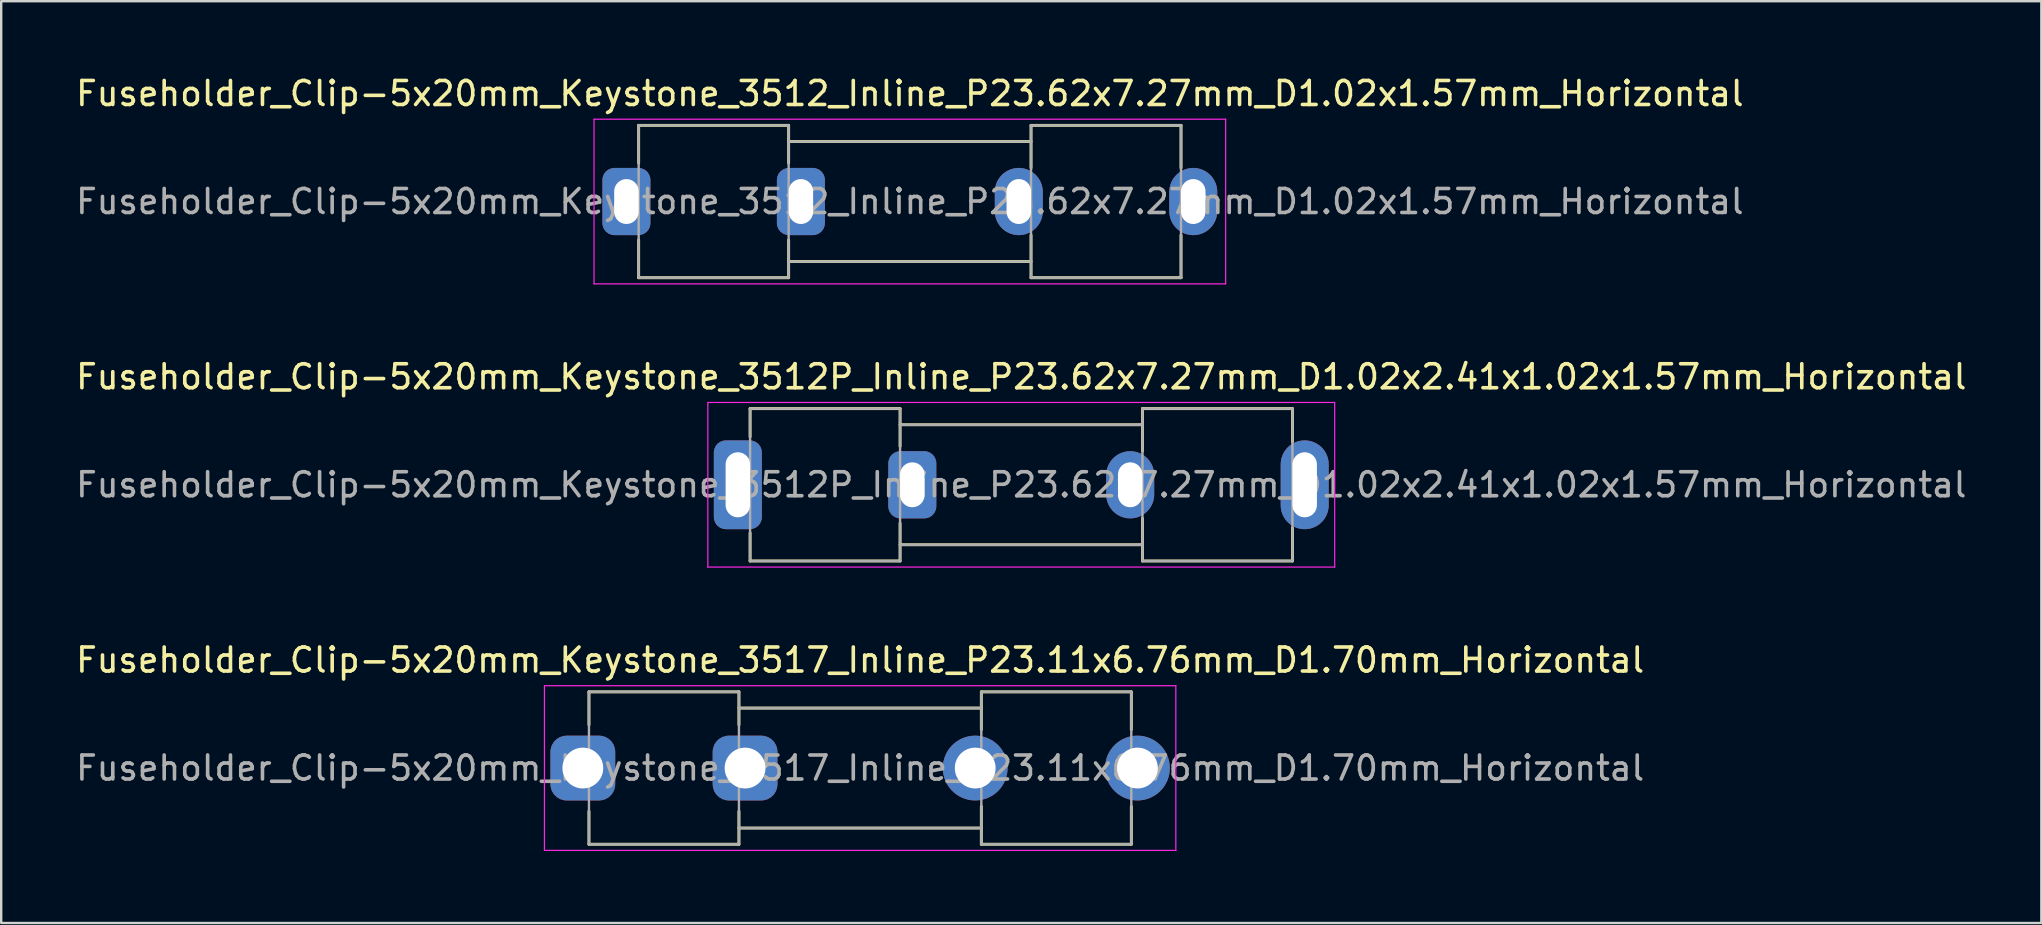
<source format=kicad_pcb>
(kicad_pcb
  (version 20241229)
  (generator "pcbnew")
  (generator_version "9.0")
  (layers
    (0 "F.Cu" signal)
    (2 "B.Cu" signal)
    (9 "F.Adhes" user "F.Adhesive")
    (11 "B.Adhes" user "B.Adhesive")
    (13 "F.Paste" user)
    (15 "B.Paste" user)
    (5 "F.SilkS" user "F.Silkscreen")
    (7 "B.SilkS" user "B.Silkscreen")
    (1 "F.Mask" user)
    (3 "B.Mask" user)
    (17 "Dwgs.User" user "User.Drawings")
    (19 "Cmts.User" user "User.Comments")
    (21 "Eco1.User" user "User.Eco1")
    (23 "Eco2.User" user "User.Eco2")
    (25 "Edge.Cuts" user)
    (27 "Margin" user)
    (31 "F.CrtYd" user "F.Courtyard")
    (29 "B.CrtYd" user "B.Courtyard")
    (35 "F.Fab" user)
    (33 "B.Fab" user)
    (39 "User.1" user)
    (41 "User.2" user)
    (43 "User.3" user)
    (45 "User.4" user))
  (footprint "Fuseholder_Clip-5x20mm_Keystone_3512P_Inline_P23.62x7.27mm_D1.02x2.41x1.02x1.57mm_Horizontal"
    (layer "F.Cu")
    (at 27.696 17.151)
    (property "Reference" "Fuseholder_Clip-5x20mm_Keystone_3512P_Inline_P23.62x7.27mm_D1.02x2.41x1.02x1.57mm_Horizontal" (at 11.81 -4.5 0) (layer "F.SilkS") (effects (font (size 1 1) (thickness 0.15))))
    (attr through_hole)
    (fp_line (start 0.51 -3.175) (end 0.51 -2) (stroke (width 0.12) (type solid)) (layer "F.SilkS"))
    (fp_line (start 0.51 3.175) (end 0.51 2) (stroke (width 0.12) (type solid)) (layer "F.SilkS"))
    (fp_line (start 6.76 -3.175) (end 0.51 -3.175) (stroke (width 0.12) (type solid)) (layer "F.SilkS"))
    (fp_line (start 6.76 -3.175) (end 6.76 -1.6) (stroke (width 0.12) (type solid)) (layer "F.SilkS"))
    (fp_line (start 6.76 3.175) (end 0.51 3.175) (stroke (width 0.12) (type solid)) (layer "F.SilkS"))
    (fp_line (start 6.76 3.175) (end 6.76 1.6) (stroke (width 0.12) (type solid)) (layer "F.SilkS"))
    (fp_line (start 16.86 -3.175) (end 16.86 -1.4) (stroke (width 0.12) (type solid)) (layer "F.SilkS"))
    (fp_line (start 16.86 -2.5) (end 6.76 -2.5) (stroke (width 0.12) (type solid)) (layer "F.SilkS"))
    (fp_line (start 16.86 2.5) (end 6.76 2.5) (stroke (width 0.12) (type solid)) (layer "F.SilkS"))
    (fp_line (start 16.86 3.175) (end 16.86 1.4) (stroke (width 0.12) (type solid)) (layer "F.SilkS"))
    (fp_line (start 16.86 3.175) (end 23.11 3.175) (stroke (width 0.12) (type solid)) (layer "F.SilkS"))
    (fp_line (start 23.11 -3.175) (end 16.86 -3.175) (stroke (width 0.12) (type solid)) (layer "F.SilkS"))
    (fp_line (start 23.11 -1.8) (end 23.11 -3.175) (stroke (width 0.12) (type solid)) (layer "F.SilkS"))
    (fp_line (start 23.11 1.8) (end 23.11 3.175) (stroke (width 0.12) (type solid)) (layer "F.SilkS"))
    (fp_line (start -1.25 -3.43) (end -1.25 3.43) (stroke (width 0.05) (type solid)) (layer "F.CrtYd"))
    (fp_line (start -1.25 -3.43) (end 24.87 -3.43) (stroke (width 0.05) (type solid)) (layer "F.CrtYd"))
    (fp_line (start 24.87 3.43) (end -1.25 3.43) (stroke (width 0.05) (type solid)) (layer "F.CrtYd"))
    (fp_line (start 24.87 3.43) (end 24.87 -3.43) (stroke (width 0.05) (type solid)) (layer "F.CrtYd"))
    (fp_line (start 0.51 -3.175) (end 6.76 -3.175) (stroke (width 0.1) (type solid)) (layer "F.Fab"))
    (fp_line (start 0.51 3.175) (end 0.51 -3.175) (stroke (width 0.1) (type solid)) (layer "F.Fab"))
    (fp_line (start 6.76 -3.175) (end 6.76 3.175) (stroke (width 0.1) (type solid)) (layer "F.Fab"))
    (fp_line (start 6.76 -2.5) (end 16.86 -2.5) (stroke (width 0.1) (type solid)) (layer "F.Fab"))
    (fp_line (start 6.76 3.175) (end 0.51 3.175) (stroke (width 0.1) (type solid)) (layer "F.Fab"))
    (fp_line (start 16.86 -3.175) (end 16.86 3.175) (stroke (width 0.1) (type solid)) (layer "F.Fab"))
    (fp_line (start 16.86 2.5) (end 6.76 2.5) (stroke (width 0.1) (type solid)) (layer "F.Fab"))
    (fp_line (start 16.86 3.175) (end 23.11 3.175) (stroke (width 0.1) (type solid)) (layer "F.Fab"))
    (fp_line (start 23.11 -3.175) (end 16.86 -3.175) (stroke (width 0.1) (type solid)) (layer "F.Fab"))
    (fp_line (start 23.11 3.175) (end 23.11 -3.175) (stroke (width 0.1) (type solid)) (layer "F.Fab"))
    (fp_text user "${REFERENCE}" (at 11.81 0 0) (layer "F.Fab") (effects (font (size 1 1) (thickness 0.15))))
    (pad "1" thru_hole roundrect (at 0 0) (size 2 3.7) (drill oval 1.02 2.71) (layers "*.Cu" "*.Mask") (roundrect_rratio 0.25))
    (pad "1" thru_hole roundrect (at 7.27 0) (size 2 2.8) (drill oval 1.02 1.87) (layers "*.Cu" "*.Mask") (roundrect_rratio 0.25))
    (pad "2" thru_hole oval (at 16.35 0) (size 2 2.8) (drill oval 1.02 1.87) (layers "*.Cu" "*.Mask"))
    (pad "2" thru_hole oval (at 23.62 0) (size 2 3.7) (drill oval 1.02 2.71) (layers "*.Cu" "*.Mask")))
  (footprint "Fuseholder_Clip-5x20mm_Keystone_3512_Inline_P23.62x7.27mm_D1.02x1.57mm_Horizontal"
    (layer "F.Cu")
    (at 23.053 5.348)
    (property "Reference" "Fuseholder_Clip-5x20mm_Keystone_3512_Inline_P23.62x7.27mm_D1.02x1.57mm_Horizontal" (at 11.81 -4.5 0) (layer "F.SilkS") (effects (font (size 1 1) (thickness 0.15))))
    (attr through_hole)
    (fp_line (start 0.51 -3.175) (end 0.51 -1.6) (stroke (width 0.12) (type solid)) (layer "F.SilkS"))
    (fp_line (start 0.51 3.175) (end 0.51 1.6) (stroke (width 0.12) (type solid)) (layer "F.SilkS"))
    (fp_line (start 6.76 -3.175) (end 0.51 -3.175) (stroke (width 0.12) (type solid)) (layer "F.SilkS"))
    (fp_line (start 6.76 -3.175) (end 6.76 -1.6) (stroke (width 0.12) (type solid)) (layer "F.SilkS"))
    (fp_line (start 6.76 3.175) (end 0.51 3.175) (stroke (width 0.12) (type solid)) (layer "F.SilkS"))
    (fp_line (start 6.76 3.175) (end 6.76 1.6) (stroke (width 0.12) (type solid)) (layer "F.SilkS"))
    (fp_line (start 16.86 -3.175) (end 16.86 -1.4) (stroke (width 0.12) (type solid)) (layer "F.SilkS"))
    (fp_line (start 16.86 -2.5) (end 6.76 -2.5) (stroke (width 0.12) (type solid)) (layer "F.SilkS"))
    (fp_line (start 16.86 2.5) (end 6.76 2.5) (stroke (width 0.12) (type solid)) (layer "F.SilkS"))
    (fp_line (start 16.86 3.175) (end 16.86 1.4) (stroke (width 0.12) (type solid)) (layer "F.SilkS"))
    (fp_line (start 16.86 3.175) (end 23.11 3.175) (stroke (width 0.12) (type solid)) (layer "F.SilkS"))
    (fp_line (start 23.11 -3.175) (end 16.86 -3.175) (stroke (width 0.12) (type solid)) (layer "F.SilkS"))
    (fp_line (start 23.11 -1.4) (end 23.11 -3.175) (stroke (width 0.12) (type solid)) (layer "F.SilkS"))
    (fp_line (start 23.11 1.4) (end 23.11 3.175) (stroke (width 0.12) (type solid)) (layer "F.SilkS"))
    (fp_line (start -1.35 -3.43) (end -1.35 3.43) (stroke (width 0.05) (type solid)) (layer "F.CrtYd"))
    (fp_line (start -1.35 -3.43) (end 24.97 -3.43) (stroke (width 0.05) (type solid)) (layer "F.CrtYd"))
    (fp_line (start 24.97 3.43) (end -1.35 3.43) (stroke (width 0.05) (type solid)) (layer "F.CrtYd"))
    (fp_line (start 24.97 3.43) (end 24.97 -3.43) (stroke (width 0.05) (type solid)) (layer "F.CrtYd"))
    (fp_line (start 0.51 -3.175) (end 6.76 -3.175) (stroke (width 0.1) (type solid)) (layer "F.Fab"))
    (fp_line (start 0.51 3.175) (end 0.51 -3.175) (stroke (width 0.1) (type solid)) (layer "F.Fab"))
    (fp_line (start 6.76 -3.175) (end 6.76 3.175) (stroke (width 0.1) (type solid)) (layer "F.Fab"))
    (fp_line (start 6.76 -2.5) (end 16.86 -2.5) (stroke (width 0.1) (type solid)) (layer "F.Fab"))
    (fp_line (start 6.76 3.175) (end 0.51 3.175) (stroke (width 0.1) (type solid)) (layer "F.Fab"))
    (fp_line (start 16.86 -3.175) (end 16.86 3.175) (stroke (width 0.1) (type solid)) (layer "F.Fab"))
    (fp_line (start 16.86 2.5) (end 6.76 2.5) (stroke (width 0.1) (type solid)) (layer "F.Fab"))
    (fp_line (start 16.86 3.175) (end 23.11 3.175) (stroke (width 0.1) (type solid)) (layer "F.Fab"))
    (fp_line (start 23.11 -3.175) (end 16.86 -3.175) (stroke (width 0.1) (type solid)) (layer "F.Fab"))
    (fp_line (start 23.11 3.175) (end 23.11 -3.175) (stroke (width 0.1) (type solid)) (layer "F.Fab"))
    (fp_text user "${REFERENCE}" (at 11.81 0 0) (layer "F.Fab") (effects (font (size 1 1) (thickness 0.15))))
    (pad "1" thru_hole roundrect (at 0 0) (size 2 2.8) (drill oval 1.02 1.87) (layers "*.Cu" "*.Mask") (roundrect_rratio 0.25))
    (pad "1" thru_hole roundrect (at 7.27 0) (size 2 2.8) (drill oval 1.02 1.87) (layers "*.Cu" "*.Mask") (roundrect_rratio 0.25))
    (pad "2" thru_hole oval (at 16.35 0) (size 2 2.8) (drill oval 1.02 1.87) (layers "*.Cu" "*.Mask"))
    (pad "2" thru_hole oval (at 23.62 0) (size 2 2.8) (drill oval 1.02 1.87) (layers "*.Cu" "*.Mask")))
  (footprint "Fuseholder_Clip-5x20mm_Keystone_3517_Inline_P23.11x6.76mm_D1.70mm_Horizontal"
    (layer "F.Cu")
    (at 21.237 28.955)
    (property "Reference" "Fuseholder_Clip-5x20mm_Keystone_3517_Inline_P23.11x6.76mm_D1.70mm_Horizontal" (at 11.555 -4.5 0) (layer "F.SilkS") (effects (font (size 1 1) (thickness 0.15))))
    (attr through_hole)
    (fp_line (start 0.255 -3.175) (end 0.255 -1.8) (stroke (width 0.12) (type solid)) (layer "F.SilkS"))
    (fp_line (start 0.255 3.175) (end 0.255 1.8) (stroke (width 0.12) (type solid)) (layer "F.SilkS"))
    (fp_line (start 6.505 -3.175) (end 0.255 -3.175) (stroke (width 0.12) (type solid)) (layer "F.SilkS"))
    (fp_line (start 6.505 -3.175) (end 6.505 -1.8) (stroke (width 0.12) (type solid)) (layer "F.SilkS"))
    (fp_line (start 6.505 3.175) (end 0.255 3.175) (stroke (width 0.12) (type solid)) (layer "F.SilkS"))
    (fp_line (start 6.505 3.175) (end 6.505 1.8) (stroke (width 0.12) (type solid)) (layer "F.SilkS"))
    (fp_line (start 16.605 -3.175) (end 16.605 -1.6) (stroke (width 0.12) (type solid)) (layer "F.SilkS"))
    (fp_line (start 16.605 -2.5) (end 6.505 -2.5) (stroke (width 0.12) (type solid)) (layer "F.SilkS"))
    (fp_line (start 16.605 2.5) (end 6.505 2.5) (stroke (width 0.12) (type solid)) (layer "F.SilkS"))
    (fp_line (start 16.605 3.175) (end 16.605 1.6) (stroke (width 0.12) (type solid)) (layer "F.SilkS"))
    (fp_line (start 16.605 3.175) (end 22.855 3.175) (stroke (width 0.12) (type solid)) (layer "F.SilkS"))
    (fp_line (start 22.855 -3.175) (end 16.605 -3.175) (stroke (width 0.12) (type solid)) (layer "F.SilkS"))
    (fp_line (start 22.855 -1.6) (end 22.855 -3.175) (stroke (width 0.12) (type solid)) (layer "F.SilkS"))
    (fp_line (start 22.855 1.6) (end 22.855 3.175) (stroke (width 0.12) (type solid)) (layer "F.SilkS"))
    (fp_line (start -1.6 -3.43) (end -1.6 3.43) (stroke (width 0.05) (type solid)) (layer "F.CrtYd"))
    (fp_line (start -1.6 -3.43) (end 24.71 -3.43) (stroke (width 0.05) (type solid)) (layer "F.CrtYd"))
    (fp_line (start 24.71 3.43) (end -1.6 3.43) (stroke (width 0.05) (type solid)) (layer "F.CrtYd"))
    (fp_line (start 24.71 3.43) (end 24.71 -3.43) (stroke (width 0.05) (type solid)) (layer "F.CrtYd"))
    (fp_line (start 0.255 -3.175) (end 6.505 -3.175) (stroke (width 0.1) (type solid)) (layer "F.Fab"))
    (fp_line (start 0.255 3.175) (end 0.255 -3.175) (stroke (width 0.1) (type solid)) (layer "F.Fab"))
    (fp_line (start 6.505 -3.175) (end 6.505 3.175) (stroke (width 0.1) (type solid)) (layer "F.Fab"))
    (fp_line (start 6.505 -2.5) (end 16.605 -2.5) (stroke (width 0.1) (type solid)) (layer "F.Fab"))
    (fp_line (start 6.505 3.175) (end 0.255 3.175) (stroke (width 0.1) (type solid)) (layer "F.Fab"))
    (fp_line (start 16.605 -3.175) (end 16.605 3.175) (stroke (width 0.1) (type solid)) (layer "F.Fab"))
    (fp_line (start 16.605 2.5) (end 6.505 2.5) (stroke (width 0.1) (type solid)) (layer "F.Fab"))
    (fp_line (start 16.605 3.175) (end 22.855 3.175) (stroke (width 0.1) (type solid)) (layer "F.Fab"))
    (fp_line (start 22.855 -3.175) (end 16.605 -3.175) (stroke (width 0.1) (type solid)) (layer "F.Fab"))
    (fp_line (start 22.855 3.175) (end 22.855 -3.175) (stroke (width 0.1) (type solid)) (layer "F.Fab"))
    (fp_text user "${REFERENCE}" (at 11.555 0 0) (layer "F.Fab") (effects (font (size 1 1) (thickness 0.15))))
    (pad "1" thru_hole roundrect (at 0 0) (size 2.7 2.7) (drill 1.7) (layers "*.Cu" "*.Mask") (roundrect_rratio 0.25))
    (pad "1" thru_hole roundrect (at 6.76 0) (size 2.7 2.7) (drill 1.7) (layers "*.Cu" "*.Mask") (roundrect_rratio 0.25))
    (pad "2" thru_hole circle (at 16.35 0) (size 2.7 2.7) (drill 1.7) (layers "*.Cu" "*.Mask"))
    (pad "2" thru_hole circle (at 23.11 0) (size 2.7 2.7) (drill 1.7) (layers "*.Cu" "*.Mask")))
  (gr_rect
    (start -3 -3)
    (end 82.012 35.41)
    (stroke (width 0.1) (type default))
    (fill no)
    (layer "Edge.Cuts")))
</source>
